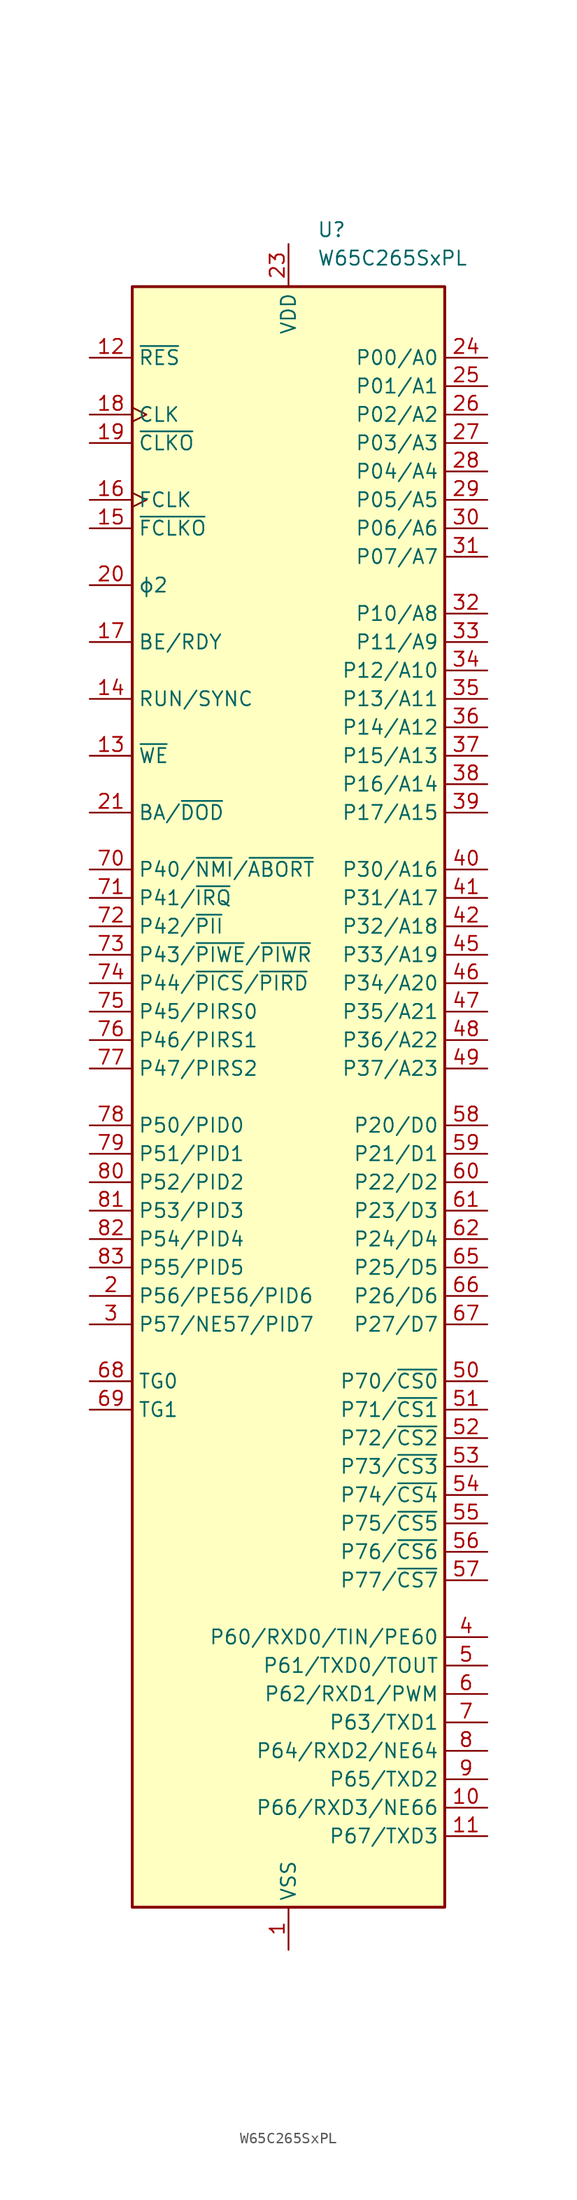
<source format=kicad_sym>
(kicad_symbol_lib
  (version 20220914)
  (generator kicad_symbol_editor)
  (symbol "W65C265SxPL"
    (property "Reference" "U"
      (at 2.54 77.47 0)
      (effects (font (size 1.27 1.27)) (justify left)))
    (property "Value" "W65C265SxPL"
      (at 2.54 74.93 0)
      (effects (font (size 1.27 1.27)) (justify left)))
    (symbol "W65C265SxPL_0_1"
      (rectangle (start -13.97 72.39) (end 13.97 -72.39) (stroke (width 0.254) (type default)) (fill (type background))))
    (symbol "W65C265SxPL_1_1"
      (pin power_in line (at 0 -76.2 90) (length 3.81) (name "VSS" (effects (font (size 1.27 1.27)))) (number "1" (effects (font (size 1.27 1.27)))))
      (pin bidirectional line (at 17.78 -63.5 180) (length 3.81) (name "P66/RXD3/NE66" (effects (font (size 1.27 1.27)))) (number "10" (effects (font (size 1.27 1.27)))))
      (pin bidirectional line (at 17.78 -66.04 180) (length 3.81) (name "P67/TXD3" (effects (font (size 1.27 1.27)))) (number "11" (effects (font (size 1.27 1.27)))))
      (pin open_collector line (at -17.78 66.04 0) (length 3.81) (name "~{RES}" (effects (font (size 1.27 1.27)))) (number "12" (effects (font (size 1.27 1.27)))))
      (pin bidirectional line (at -17.78 30.48 0) (length 3.81) (name "~{WE}" (effects (font (size 1.27 1.27)))) (number "13" (effects (font (size 1.27 1.27)))))
      (pin output line (at -17.78 35.56 0) (length 3.81) (name "RUN/SYNC" (effects (font (size 1.27 1.27)))) (number "14" (effects (font (size 1.27 1.27)))))
      (pin output line (at -17.78 50.8 0) (length 3.81) (name "~{FCLKO}" (effects (font (size 1.27 1.27)))) (number "15" (effects (font (size 1.27 1.27)))))
      (pin input clock (at -17.78 53.34 0) (length 3.81) (name "FCLK" (effects (font (size 1.27 1.27)))) (number "16" (effects (font (size 1.27 1.27)))))
      (pin input line (at -17.78 40.64 0) (length 3.81) (name "BE/RDY" (effects (font (size 1.27 1.27)))) (number "17" (effects (font (size 1.27 1.27)))))
      (pin input clock (at -17.78 60.96 0) (length 3.81) (name "CLK" (effects (font (size 1.27 1.27)))) (number "18" (effects (font (size 1.27 1.27)))))
      (pin output line (at -17.78 58.42 0) (length 3.81) (name "~{CLKO}" (effects (font (size 1.27 1.27)))) (number "19" (effects (font (size 1.27 1.27)))))
      (pin bidirectional line (at -17.78 -17.78 0) (length 3.81) (name "P56/PE56/PID6" (effects (font (size 1.27 1.27)))) (number "2" (effects (font (size 1.27 1.27)))))
      (pin output line (at -17.78 45.72 0) (length 3.81) (name "ϕ2" (effects (font (size 1.27 1.27)))) (number "20" (effects (font (size 1.27 1.27)))))
      (pin output line (at -17.78 25.4 0) (length 3.81) (name "BA/~{DOD}" (effects (font (size 1.27 1.27)))) (number "21" (effects (font (size 1.27 1.27)))))
      (pin passive line (at 0 -76.2 90) (length 3.81) hide (name "VSS" (effects (font (size 1.27 1.27)))) (number "22" (effects (font (size 1.27 1.27)))))
      (pin power_in line (at 0 76.2 270) (length 3.81) (name "VDD" (effects (font (size 1.27 1.27)))) (number "23" (effects (font (size 1.27 1.27)))))
      (pin bidirectional line (at 17.78 66.04 180) (length 3.81) (name "P00/A0" (effects (font (size 1.27 1.27)))) (number "24" (effects (font (size 1.27 1.27)))))
      (pin bidirectional line (at 17.78 63.5 180) (length 3.81) (name "P01/A1" (effects (font (size 1.27 1.27)))) (number "25" (effects (font (size 1.27 1.27)))))
      (pin bidirectional line (at 17.78 60.96 180) (length 3.81) (name "P02/A2" (effects (font (size 1.27 1.27)))) (number "26" (effects (font (size 1.27 1.27)))))
      (pin bidirectional line (at 17.78 58.42 180) (length 3.81) (name "P03/A3" (effects (font (size 1.27 1.27)))) (number "27" (effects (font (size 1.27 1.27)))))
      (pin bidirectional line (at 17.78 55.88 180) (length 3.81) (name "P04/A4" (effects (font (size 1.27 1.27)))) (number "28" (effects (font (size 1.27 1.27)))))
      (pin bidirectional line (at 17.78 53.34 180) (length 3.81) (name "P05/A5" (effects (font (size 1.27 1.27)))) (number "29" (effects (font (size 1.27 1.27)))))
      (pin bidirectional line (at -17.78 -20.32 0) (length 3.81) (name "P57/NE57/PID7" (effects (font (size 1.27 1.27)))) (number "3" (effects (font (size 1.27 1.27)))))
      (pin bidirectional line (at 17.78 50.8 180) (length 3.81) (name "P06/A6" (effects (font (size 1.27 1.27)))) (number "30" (effects (font (size 1.27 1.27)))))
      (pin bidirectional line (at 17.78 48.26 180) (length 3.81) (name "P07/A7" (effects (font (size 1.27 1.27)))) (number "31" (effects (font (size 1.27 1.27)))))
      (pin bidirectional line (at 17.78 43.18 180) (length 3.81) (name "P10/A8" (effects (font (size 1.27 1.27)))) (number "32" (effects (font (size 1.27 1.27)))))
      (pin bidirectional line (at 17.78 40.64 180) (length 3.81) (name "P11/A9" (effects (font (size 1.27 1.27)))) (number "33" (effects (font (size 1.27 1.27)))))
      (pin bidirectional line (at 17.78 38.1 180) (length 3.81) (name "P12/A10" (effects (font (size 1.27 1.27)))) (number "34" (effects (font (size 1.27 1.27)))))
      (pin bidirectional line (at 17.78 35.56 180) (length 3.81) (name "P13/A11" (effects (font (size 1.27 1.27)))) (number "35" (effects (font (size 1.27 1.27)))))
      (pin bidirectional line (at 17.78 33.02 180) (length 3.81) (name "P14/A12" (effects (font (size 1.27 1.27)))) (number "36" (effects (font (size 1.27 1.27)))))
      (pin bidirectional line (at 17.78 30.48 180) (length 3.81) (name "P15/A13" (effects (font (size 1.27 1.27)))) (number "37" (effects (font (size 1.27 1.27)))))
      (pin bidirectional line (at 17.78 27.94 180) (length 3.81) (name "P16/A14" (effects (font (size 1.27 1.27)))) (number "38" (effects (font (size 1.27 1.27)))))
      (pin bidirectional line (at 17.78 25.4 180) (length 3.81) (name "P17/A15" (effects (font (size 1.27 1.27)))) (number "39" (effects (font (size 1.27 1.27)))))
      (pin bidirectional line (at 17.78 -48.26 180) (length 3.81) (name "P60/RXD0/TIN/PE60" (effects (font (size 1.27 1.27)))) (number "4" (effects (font (size 1.27 1.27)))))
      (pin bidirectional line (at 17.78 20.32 180) (length 3.81) (name "P30/A16" (effects (font (size 1.27 1.27)))) (number "40" (effects (font (size 1.27 1.27)))))
      (pin bidirectional line (at 17.78 17.78 180) (length 3.81) (name "P31/A17" (effects (font (size 1.27 1.27)))) (number "41" (effects (font (size 1.27 1.27)))))
      (pin bidirectional line (at 17.78 15.24 180) (length 3.81) (name "P32/A18" (effects (font (size 1.27 1.27)))) (number "42" (effects (font (size 1.27 1.27)))))
      (pin passive line (at 0 -76.2 90) (length 3.81) hide (name "VSS" (effects (font (size 1.27 1.27)))) (number "43" (effects (font (size 1.27 1.27)))))
      (pin passive line (at 0 76.2 270) (length 3.81) hide (name "VDD" (effects (font (size 1.27 1.27)))) (number "44" (effects (font (size 1.27 1.27)))))
      (pin bidirectional line (at 17.78 12.7 180) (length 3.81) (name "P33/A19" (effects (font (size 1.27 1.27)))) (number "45" (effects (font (size 1.27 1.27)))))
      (pin bidirectional line (at 17.78 10.16 180) (length 3.81) (name "P34/A20" (effects (font (size 1.27 1.27)))) (number "46" (effects (font (size 1.27 1.27)))))
      (pin bidirectional line (at 17.78 7.62 180) (length 3.81) (name "P35/A21" (effects (font (size 1.27 1.27)))) (number "47" (effects (font (size 1.27 1.27)))))
      (pin bidirectional line (at 17.78 5.08 180) (length 3.81) (name "P36/A22" (effects (font (size 1.27 1.27)))) (number "48" (effects (font (size 1.27 1.27)))))
      (pin bidirectional line (at 17.78 2.54 180) (length 3.81) (name "P37/A23" (effects (font (size 1.27 1.27)))) (number "49" (effects (font (size 1.27 1.27)))))
      (pin bidirectional line (at 17.78 -50.8 180) (length 3.81) (name "P61/TXD0/TOUT" (effects (font (size 1.27 1.27)))) (number "5" (effects (font (size 1.27 1.27)))))
      (pin bidirectional line (at 17.78 -25.4 180) (length 3.81) (name "P70/~{CS0}" (effects (font (size 1.27 1.27)))) (number "50" (effects (font (size 1.27 1.27)))))
      (pin bidirectional line (at 17.78 -27.94 180) (length 3.81) (name "P71/~{CS1}" (effects (font (size 1.27 1.27)))) (number "51" (effects (font (size 1.27 1.27)))))
      (pin bidirectional line (at 17.78 -30.48 180) (length 3.81) (name "P72/~{CS2}" (effects (font (size 1.27 1.27)))) (number "52" (effects (font (size 1.27 1.27)))))
      (pin bidirectional line (at 17.78 -33.02 180) (length 3.81) (name "P73/~{CS3}" (effects (font (size 1.27 1.27)))) (number "53" (effects (font (size 1.27 1.27)))))
      (pin bidirectional line (at 17.78 -35.56 180) (length 3.81) (name "P74/~{CS4}" (effects (font (size 1.27 1.27)))) (number "54" (effects (font (size 1.27 1.27)))))
      (pin bidirectional line (at 17.78 -38.1 180) (length 3.81) (name "P75/~{CS5}" (effects (font (size 1.27 1.27)))) (number "55" (effects (font (size 1.27 1.27)))))
      (pin bidirectional line (at 17.78 -40.64 180) (length 3.81) (name "P76/~{CS6}" (effects (font (size 1.27 1.27)))) (number "56" (effects (font (size 1.27 1.27)))))
      (pin bidirectional line (at 17.78 -43.18 180) (length 3.81) (name "P77/~{CS7}" (effects (font (size 1.27 1.27)))) (number "57" (effects (font (size 1.27 1.27)))))
      (pin bidirectional line (at 17.78 -2.54 180) (length 3.81) (name "P20/D0" (effects (font (size 1.27 1.27)))) (number "58" (effects (font (size 1.27 1.27)))))
      (pin bidirectional line (at 17.78 -5.08 180) (length 3.81) (name "P21/D1" (effects (font (size 1.27 1.27)))) (number "59" (effects (font (size 1.27 1.27)))))
      (pin bidirectional line (at 17.78 -53.34 180) (length 3.81) (name "P62/RXD1/PWM" (effects (font (size 1.27 1.27)))) (number "6" (effects (font (size 1.27 1.27)))))
      (pin bidirectional line (at 17.78 -7.62 180) (length 3.81) (name "P22/D2" (effects (font (size 1.27 1.27)))) (number "60" (effects (font (size 1.27 1.27)))))
      (pin bidirectional line (at 17.78 -10.16 180) (length 3.81) (name "P23/D3" (effects (font (size 1.27 1.27)))) (number "61" (effects (font (size 1.27 1.27)))))
      (pin bidirectional line (at 17.78 -12.7 180) (length 3.81) (name "P24/D4" (effects (font (size 1.27 1.27)))) (number "62" (effects (font (size 1.27 1.27)))))
      (pin passive line (at 0 76.2 270) (length 3.81) hide (name "VDD" (effects (font (size 1.27 1.27)))) (number "63" (effects (font (size 1.27 1.27)))))
      (pin passive line (at 0 -76.2 90) (length 3.81) hide (name "VSS" (effects (font (size 1.27 1.27)))) (number "64" (effects (font (size 1.27 1.27)))))
      (pin bidirectional line (at 17.78 -15.24 180) (length 3.81) (name "P25/D5" (effects (font (size 1.27 1.27)))) (number "65" (effects (font (size 1.27 1.27)))))
      (pin bidirectional line (at 17.78 -17.78 180) (length 3.81) (name "P26/D6" (effects (font (size 1.27 1.27)))) (number "66" (effects (font (size 1.27 1.27)))))
      (pin bidirectional line (at 17.78 -20.32 180) (length 3.81) (name "P27/D7" (effects (font (size 1.27 1.27)))) (number "67" (effects (font (size 1.27 1.27)))))
      (pin output line (at -17.78 -25.4 0) (length 3.81) (name "TG0" (effects (font (size 1.27 1.27)))) (number "68" (effects (font (size 1.27 1.27)))))
      (pin output line (at -17.78 -27.94 0) (length 3.81) (name "TG1" (effects (font (size 1.27 1.27)))) (number "69" (effects (font (size 1.27 1.27)))))
      (pin bidirectional line (at 17.78 -55.88 180) (length 3.81) (name "P63/TXD1" (effects (font (size 1.27 1.27)))) (number "7" (effects (font (size 1.27 1.27)))))
      (pin bidirectional line (at -17.78 20.32 0) (length 3.81) (name "P40/~{NMI}/~{ABORT}" (effects (font (size 1.27 1.27)))) (number "70" (effects (font (size 1.27 1.27)))))
      (pin bidirectional line (at -17.78 17.78 0) (length 3.81) (name "P41/~{IRQ}" (effects (font (size 1.27 1.27)))) (number "71" (effects (font (size 1.27 1.27)))))
      (pin bidirectional line (at -17.78 15.24 0) (length 3.81) (name "P42/~{PII}" (effects (font (size 1.27 1.27)))) (number "72" (effects (font (size 1.27 1.27)))))
      (pin bidirectional line (at -17.78 12.7 0) (length 3.81) (name "P43/~{PIWE}/~{PIWR}" (effects (font (size 1.27 1.27)))) (number "73" (effects (font (size 1.27 1.27)))))
      (pin bidirectional line (at -17.78 10.16 0) (length 3.81) (name "P44/~{PICS}/~{PIRD}" (effects (font (size 1.27 1.27)))) (number "74" (effects (font (size 1.27 1.27)))))
      (pin bidirectional line (at -17.78 7.62 0) (length 3.81) (name "P45/PIRS0" (effects (font (size 1.27 1.27)))) (number "75" (effects (font (size 1.27 1.27)))))
      (pin bidirectional line (at -17.78 5.08 0) (length 3.81) (name "P46/PIRS1" (effects (font (size 1.27 1.27)))) (number "76" (effects (font (size 1.27 1.27)))))
      (pin bidirectional line (at -17.78 2.54 0) (length 3.81) (name "P47/PIRS2" (effects (font (size 1.27 1.27)))) (number "77" (effects (font (size 1.27 1.27)))))
      (pin bidirectional line (at -17.78 -2.54 0) (length 3.81) (name "P50/PID0" (effects (font (size 1.27 1.27)))) (number "78" (effects (font (size 1.27 1.27)))))
      (pin bidirectional line (at -17.78 -5.08 0) (length 3.81) (name "P51/PID1" (effects (font (size 1.27 1.27)))) (number "79" (effects (font (size 1.27 1.27)))))
      (pin bidirectional line (at 17.78 -58.42 180) (length 3.81) (name "P64/RXD2/NE64" (effects (font (size 1.27 1.27)))) (number "8" (effects (font (size 1.27 1.27)))))
      (pin bidirectional line (at -17.78 -7.62 0) (length 3.81) (name "P52/PID2" (effects (font (size 1.27 1.27)))) (number "80" (effects (font (size 1.27 1.27)))))
      (pin bidirectional line (at -17.78 -10.16 0) (length 3.81) (name "P53/PID3" (effects (font (size 1.27 1.27)))) (number "81" (effects (font (size 1.27 1.27)))))
      (pin bidirectional line (at -17.78 -12.7 0) (length 3.81) (name "P54/PID4" (effects (font (size 1.27 1.27)))) (number "82" (effects (font (size 1.27 1.27)))))
      (pin bidirectional line (at -17.78 -15.24 0) (length 3.81) (name "P55/PID5" (effects (font (size 1.27 1.27)))) (number "83" (effects (font (size 1.27 1.27)))))
      (pin passive line (at 0 76.2 270) (length 3.81) hide (name "VDD" (effects (font (size 1.27 1.27)))) (number "84" (effects (font (size 1.27 1.27)))))
      (pin bidirectional line (at 17.78 -60.96 180) (length 3.81) (name "P65/TXD2" (effects (font (size 1.27 1.27)))) (number "9" (effects (font (size 1.27 1.27))))))))
</source>
